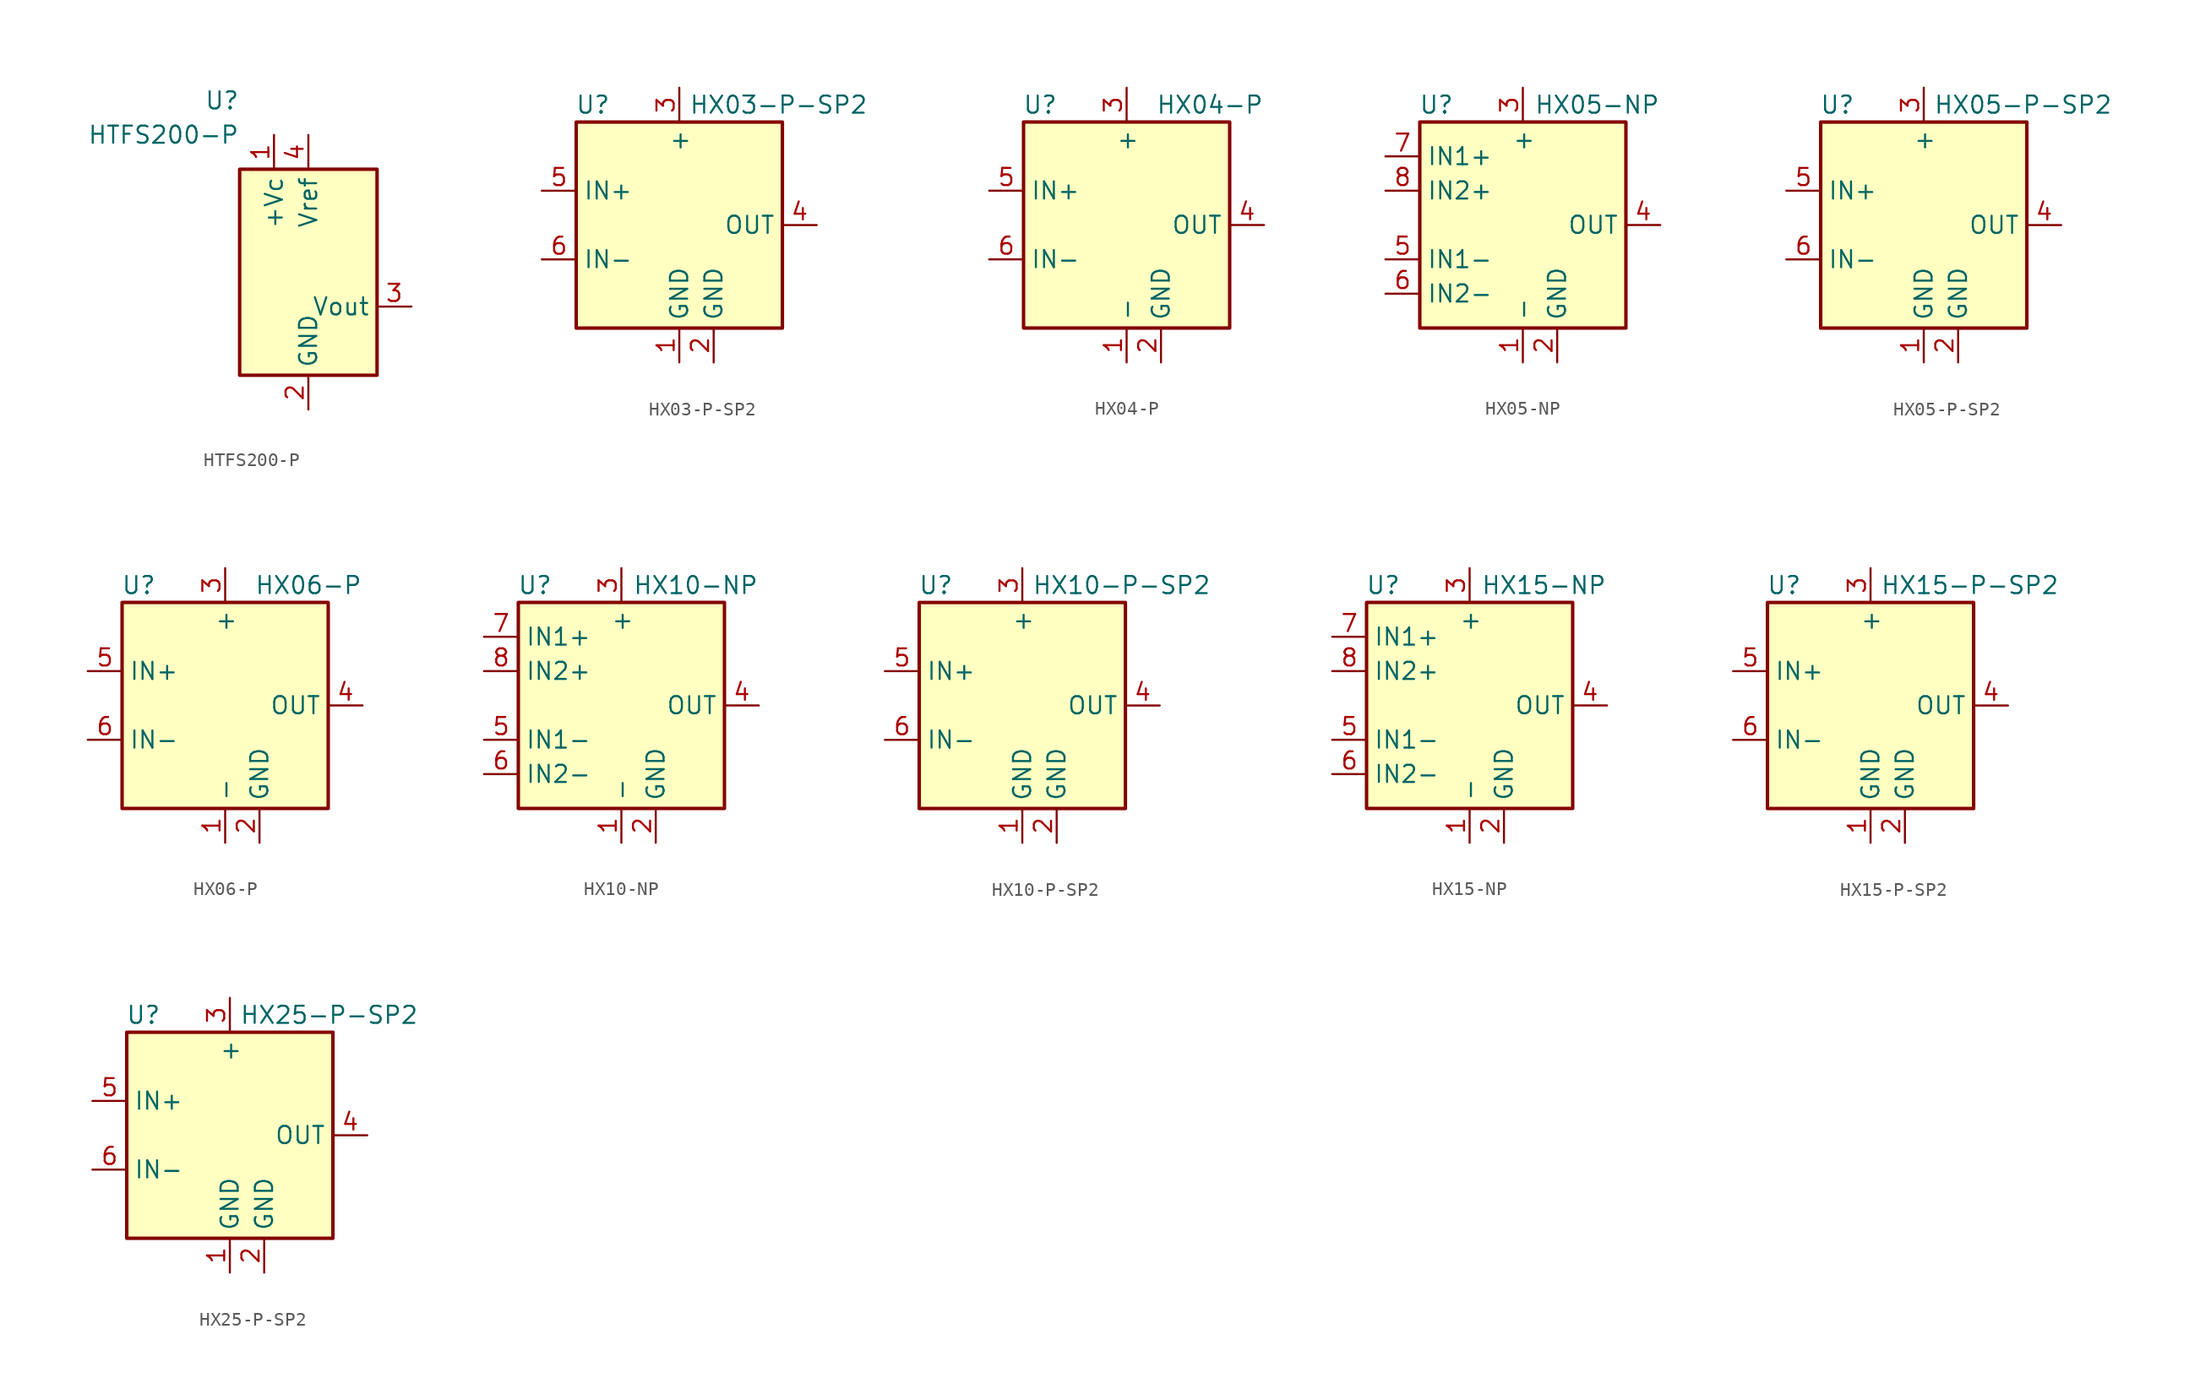
<source format=kicad_sym>
(kicad_symbol_lib
  (version 20201005)
  (generator kicad_symbol_editor)
  (symbol "Sensor_Current:HTFS200-P"
    (property "Reference" "U"
      (at 0 12.7 0)
      (effects (font (size 1.27 1.27)) (justify right)))
    (property "Value" "HTFS200-P"
      (at 0 10.16 0)
      (effects (font (size 1.27 1.27)) (justify right)))
    (symbol "HTFS200-P_0_1"
      (rectangle (start 0 7.62) (end 10.16 -7.62) (stroke (width 0.254)) (fill (type background))))
    (symbol "HTFS200-P_1_1"
      (pin power_in line (at 2.54 10.16 270) (length 2.54) (name "+Vc" (effects (font (size 1.27 1.27)))) (number "1" (effects (font (size 1.27 1.27)))))
      (pin power_in line (at 5.08 -10.16 90) (length 2.54) (name "GND" (effects (font (size 1.27 1.27)))) (number "2" (effects (font (size 1.27 1.27)))))
      (pin output line (at 12.7 -2.54 180) (length 2.54) (name "Vout" (effects (font (size 1.27 1.27)))) (number "3" (effects (font (size 1.27 1.27)))))
      (pin passive line (at 5.08 10.16 270) (length 2.54) (name "Vref" (effects (font (size 1.27 1.27)))) (number "4" (effects (font (size 1.27 1.27)))))))
  (symbol "Sensor_Current:HX03-P-SP2"
    (property "Reference" "U"
      (at -5.08 8.89 0)
      (effects (font (size 1.27 1.27)) (justify right)))
    (property "Value" "HX03-P-SP2"
      (at 13.97 8.89 0)
      (effects (font (size 1.27 1.27)) (justify right)))
    (symbol "HX03-P-SP2_0_1"
      (rectangle (start -7.62 7.62) (end 7.62 -7.62) (stroke (width 0.254)) (fill (type background))))
    (symbol "HX03-P-SP2_1_1"
      (pin power_in line (at 0 -10.16 90) (length 2.54) (name "GND" (effects (font (size 1.27 1.27)))) (number "1" (effects (font (size 1.27 1.27)))))
      (pin power_in line (at 2.54 -10.16 90) (length 2.54) (name "GND" (effects (font (size 1.27 1.27)))) (number "2" (effects (font (size 1.27 1.27)))))
      (pin power_in line (at 0 10.16 270) (length 2.54) (name "+" (effects (font (size 1.27 1.27)))) (number "3" (effects (font (size 1.27 1.27)))))
      (pin output line (at 10.16 0 180) (length 2.54) (name "OUT" (effects (font (size 1.27 1.27)))) (number "4" (effects (font (size 1.27 1.27)))))
      (pin passive line (at -10.16 2.54 0) (length 2.54) (name "IN+" (effects (font (size 1.27 1.27)))) (number "5" (effects (font (size 1.27 1.27)))))
      (pin passive line (at -10.16 -2.54 0) (length 2.54) (name "IN-" (effects (font (size 1.27 1.27)))) (number "6" (effects (font (size 1.27 1.27)))))))
  (symbol "Sensor_Current:HX04-P"
    (property "Reference" "U"
      (at -5.08 8.89 0)
      (effects (font (size 1.27 1.27)) (justify right)))
    (property "Value" "HX04-P"
      (at 10.16 8.89 0)
      (effects (font (size 1.27 1.27)) (justify right)))
    (symbol "HX04-P_0_1"
      (rectangle (start -7.62 7.62) (end 7.62 -7.62) (stroke (width 0.254)) (fill (type background))))
    (symbol "HX04-P_1_1"
      (pin power_in line (at 0 -10.16 90) (length 2.54) (name "-" (effects (font (size 1.27 1.27)))) (number "1" (effects (font (size 1.27 1.27)))))
      (pin power_in line (at 2.54 -10.16 90) (length 2.54) (name "GND" (effects (font (size 1.27 1.27)))) (number "2" (effects (font (size 1.27 1.27)))))
      (pin power_in line (at 0 10.16 270) (length 2.54) (name "+" (effects (font (size 1.27 1.27)))) (number "3" (effects (font (size 1.27 1.27)))))
      (pin output line (at 10.16 0 180) (length 2.54) (name "OUT" (effects (font (size 1.27 1.27)))) (number "4" (effects (font (size 1.27 1.27)))))
      (pin passive line (at -10.16 2.54 0) (length 2.54) (name "IN+" (effects (font (size 1.27 1.27)))) (number "5" (effects (font (size 1.27 1.27)))))
      (pin passive line (at -10.16 -2.54 0) (length 2.54) (name "IN-" (effects (font (size 1.27 1.27)))) (number "6" (effects (font (size 1.27 1.27)))))))
  (symbol "Sensor_Current:HX05-NP"
    (property "Reference" "U"
      (at -5.08 8.89 0)
      (effects (font (size 1.27 1.27)) (justify right)))
    (property "Value" "HX05-NP"
      (at 10.16 8.89 0)
      (effects (font (size 1.27 1.27)) (justify right)))
    (symbol "HX05-NP_0_1"
      (rectangle (start -7.62 7.62) (end 7.62 -7.62) (stroke (width 0.254)) (fill (type background))))
    (symbol "HX05-NP_1_1"
      (pin power_in line (at 0 -10.16 90) (length 2.54) (name "-" (effects (font (size 1.27 1.27)))) (number "1" (effects (font (size 1.27 1.27)))))
      (pin power_in line (at 2.54 -10.16 90) (length 2.54) (name "GND" (effects (font (size 1.27 1.27)))) (number "2" (effects (font (size 1.27 1.27)))))
      (pin power_in line (at 0 10.16 270) (length 2.54) (name "+" (effects (font (size 1.27 1.27)))) (number "3" (effects (font (size 1.27 1.27)))))
      (pin output line (at 10.16 0 180) (length 2.54) (name "OUT" (effects (font (size 1.27 1.27)))) (number "4" (effects (font (size 1.27 1.27)))))
      (pin passive line (at -10.16 -2.54 0) (length 2.54) (name "IN1-" (effects (font (size 1.27 1.27)))) (number "5" (effects (font (size 1.27 1.27)))))
      (pin passive line (at -10.16 -5.08 0) (length 2.54) (name "IN2-" (effects (font (size 1.27 1.27)))) (number "6" (effects (font (size 1.27 1.27)))))
      (pin passive line (at -10.16 5.08 0) (length 2.54) (name "IN1+" (effects (font (size 1.27 1.27)))) (number "7" (effects (font (size 1.27 1.27)))))
      (pin passive line (at -10.16 2.54 0) (length 2.54) (name "IN2+" (effects (font (size 1.27 1.27)))) (number "8" (effects (font (size 1.27 1.27)))))))
  (symbol "Sensor_Current:HX05-P-SP2"
    (property "Reference" "U"
      (at -5.08 8.89 0)
      (effects (font (size 1.27 1.27)) (justify right)))
    (property "Value" "HX05-P-SP2"
      (at 13.97 8.89 0)
      (effects (font (size 1.27 1.27)) (justify right)))
    (symbol "HX05-P-SP2_0_1"
      (rectangle (start -7.62 7.62) (end 7.62 -7.62) (stroke (width 0.254)) (fill (type background))))
    (symbol "HX05-P-SP2_1_1"
      (pin power_in line (at 0 -10.16 90) (length 2.54) (name "GND" (effects (font (size 1.27 1.27)))) (number "1" (effects (font (size 1.27 1.27)))))
      (pin power_in line (at 2.54 -10.16 90) (length 2.54) (name "GND" (effects (font (size 1.27 1.27)))) (number "2" (effects (font (size 1.27 1.27)))))
      (pin power_in line (at 0 10.16 270) (length 2.54) (name "+" (effects (font (size 1.27 1.27)))) (number "3" (effects (font (size 1.27 1.27)))))
      (pin output line (at 10.16 0 180) (length 2.54) (name "OUT" (effects (font (size 1.27 1.27)))) (number "4" (effects (font (size 1.27 1.27)))))
      (pin passive line (at -10.16 2.54 0) (length 2.54) (name "IN+" (effects (font (size 1.27 1.27)))) (number "5" (effects (font (size 1.27 1.27)))))
      (pin passive line (at -10.16 -2.54 0) (length 2.54) (name "IN-" (effects (font (size 1.27 1.27)))) (number "6" (effects (font (size 1.27 1.27)))))))
  (symbol "Sensor_Current:HX06-P"
    (property "Reference" "U"
      (at -5.08 8.89 0)
      (effects (font (size 1.27 1.27)) (justify right)))
    (property "Value" "HX06-P"
      (at 10.16 8.89 0)
      (effects (font (size 1.27 1.27)) (justify right)))
    (symbol "HX06-P_0_1"
      (rectangle (start -7.62 7.62) (end 7.62 -7.62) (stroke (width 0.254)) (fill (type background))))
    (symbol "HX06-P_1_1"
      (pin power_in line (at 0 -10.16 90) (length 2.54) (name "-" (effects (font (size 1.27 1.27)))) (number "1" (effects (font (size 1.27 1.27)))))
      (pin power_in line (at 2.54 -10.16 90) (length 2.54) (name "GND" (effects (font (size 1.27 1.27)))) (number "2" (effects (font (size 1.27 1.27)))))
      (pin power_in line (at 0 10.16 270) (length 2.54) (name "+" (effects (font (size 1.27 1.27)))) (number "3" (effects (font (size 1.27 1.27)))))
      (pin output line (at 10.16 0 180) (length 2.54) (name "OUT" (effects (font (size 1.27 1.27)))) (number "4" (effects (font (size 1.27 1.27)))))
      (pin passive line (at -10.16 2.54 0) (length 2.54) (name "IN+" (effects (font (size 1.27 1.27)))) (number "5" (effects (font (size 1.27 1.27)))))
      (pin passive line (at -10.16 -2.54 0) (length 2.54) (name "IN-" (effects (font (size 1.27 1.27)))) (number "6" (effects (font (size 1.27 1.27)))))))
  (symbol "Sensor_Current:HX10-NP"
    (property "Reference" "U"
      (at -5.08 8.89 0)
      (effects (font (size 1.27 1.27)) (justify right)))
    (property "Value" "HX10-NP"
      (at 10.16 8.89 0)
      (effects (font (size 1.27 1.27)) (justify right)))
    (symbol "HX10-NP_0_1"
      (rectangle (start -7.62 7.62) (end 7.62 -7.62) (stroke (width 0.254)) (fill (type background))))
    (symbol "HX10-NP_1_1"
      (pin power_in line (at 0 -10.16 90) (length 2.54) (name "-" (effects (font (size 1.27 1.27)))) (number "1" (effects (font (size 1.27 1.27)))))
      (pin power_in line (at 2.54 -10.16 90) (length 2.54) (name "GND" (effects (font (size 1.27 1.27)))) (number "2" (effects (font (size 1.27 1.27)))))
      (pin power_in line (at 0 10.16 270) (length 2.54) (name "+" (effects (font (size 1.27 1.27)))) (number "3" (effects (font (size 1.27 1.27)))))
      (pin output line (at 10.16 0 180) (length 2.54) (name "OUT" (effects (font (size 1.27 1.27)))) (number "4" (effects (font (size 1.27 1.27)))))
      (pin passive line (at -10.16 -2.54 0) (length 2.54) (name "IN1-" (effects (font (size 1.27 1.27)))) (number "5" (effects (font (size 1.27 1.27)))))
      (pin passive line (at -10.16 -5.08 0) (length 2.54) (name "IN2-" (effects (font (size 1.27 1.27)))) (number "6" (effects (font (size 1.27 1.27)))))
      (pin passive line (at -10.16 5.08 0) (length 2.54) (name "IN1+" (effects (font (size 1.27 1.27)))) (number "7" (effects (font (size 1.27 1.27)))))
      (pin passive line (at -10.16 2.54 0) (length 2.54) (name "IN2+" (effects (font (size 1.27 1.27)))) (number "8" (effects (font (size 1.27 1.27)))))))
  (symbol "Sensor_Current:HX10-P-SP2"
    (property "Reference" "U"
      (at -5.08 8.89 0)
      (effects (font (size 1.27 1.27)) (justify right)))
    (property "Value" "HX10-P-SP2"
      (at 13.97 8.89 0)
      (effects (font (size 1.27 1.27)) (justify right)))
    (symbol "HX10-P-SP2_0_1"
      (rectangle (start -7.62 7.62) (end 7.62 -7.62) (stroke (width 0.254)) (fill (type background))))
    (symbol "HX10-P-SP2_1_1"
      (pin power_in line (at 0 -10.16 90) (length 2.54) (name "GND" (effects (font (size 1.27 1.27)))) (number "1" (effects (font (size 1.27 1.27)))))
      (pin power_in line (at 2.54 -10.16 90) (length 2.54) (name "GND" (effects (font (size 1.27 1.27)))) (number "2" (effects (font (size 1.27 1.27)))))
      (pin power_in line (at 0 10.16 270) (length 2.54) (name "+" (effects (font (size 1.27 1.27)))) (number "3" (effects (font (size 1.27 1.27)))))
      (pin output line (at 10.16 0 180) (length 2.54) (name "OUT" (effects (font (size 1.27 1.27)))) (number "4" (effects (font (size 1.27 1.27)))))
      (pin passive line (at -10.16 2.54 0) (length 2.54) (name "IN+" (effects (font (size 1.27 1.27)))) (number "5" (effects (font (size 1.27 1.27)))))
      (pin passive line (at -10.16 -2.54 0) (length 2.54) (name "IN-" (effects (font (size 1.27 1.27)))) (number "6" (effects (font (size 1.27 1.27)))))))
  (symbol "Sensor_Current:HX15-NP"
    (property "Reference" "U"
      (at -5.08 8.89 0)
      (effects (font (size 1.27 1.27)) (justify right)))
    (property "Value" "HX15-NP"
      (at 10.16 8.89 0)
      (effects (font (size 1.27 1.27)) (justify right)))
    (symbol "HX15-NP_0_1"
      (rectangle (start -7.62 7.62) (end 7.62 -7.62) (stroke (width 0.254)) (fill (type background))))
    (symbol "HX15-NP_1_1"
      (pin power_in line (at 0 -10.16 90) (length 2.54) (name "-" (effects (font (size 1.27 1.27)))) (number "1" (effects (font (size 1.27 1.27)))))
      (pin power_in line (at 2.54 -10.16 90) (length 2.54) (name "GND" (effects (font (size 1.27 1.27)))) (number "2" (effects (font (size 1.27 1.27)))))
      (pin power_in line (at 0 10.16 270) (length 2.54) (name "+" (effects (font (size 1.27 1.27)))) (number "3" (effects (font (size 1.27 1.27)))))
      (pin output line (at 10.16 0 180) (length 2.54) (name "OUT" (effects (font (size 1.27 1.27)))) (number "4" (effects (font (size 1.27 1.27)))))
      (pin passive line (at -10.16 -2.54 0) (length 2.54) (name "IN1-" (effects (font (size 1.27 1.27)))) (number "5" (effects (font (size 1.27 1.27)))))
      (pin passive line (at -10.16 -5.08 0) (length 2.54) (name "IN2-" (effects (font (size 1.27 1.27)))) (number "6" (effects (font (size 1.27 1.27)))))
      (pin passive line (at -10.16 5.08 0) (length 2.54) (name "IN1+" (effects (font (size 1.27 1.27)))) (number "7" (effects (font (size 1.27 1.27)))))
      (pin passive line (at -10.16 2.54 0) (length 2.54) (name "IN2+" (effects (font (size 1.27 1.27)))) (number "8" (effects (font (size 1.27 1.27)))))))
  (symbol "Sensor_Current:HX15-P-SP2"
    (property "Reference" "U"
      (at -5.08 8.89 0)
      (effects (font (size 1.27 1.27)) (justify right)))
    (property "Value" "HX15-P-SP2"
      (at 13.97 8.89 0)
      (effects (font (size 1.27 1.27)) (justify right)))
    (symbol "HX15-P-SP2_0_1"
      (rectangle (start -7.62 7.62) (end 7.62 -7.62) (stroke (width 0.254)) (fill (type background))))
    (symbol "HX15-P-SP2_1_1"
      (pin power_in line (at 0 -10.16 90) (length 2.54) (name "GND" (effects (font (size 1.27 1.27)))) (number "1" (effects (font (size 1.27 1.27)))))
      (pin power_in line (at 2.54 -10.16 90) (length 2.54) (name "GND" (effects (font (size 1.27 1.27)))) (number "2" (effects (font (size 1.27 1.27)))))
      (pin power_in line (at 0 10.16 270) (length 2.54) (name "+" (effects (font (size 1.27 1.27)))) (number "3" (effects (font (size 1.27 1.27)))))
      (pin output line (at 10.16 0 180) (length 2.54) (name "OUT" (effects (font (size 1.27 1.27)))) (number "4" (effects (font (size 1.27 1.27)))))
      (pin passive line (at -10.16 2.54 0) (length 2.54) (name "IN+" (effects (font (size 1.27 1.27)))) (number "5" (effects (font (size 1.27 1.27)))))
      (pin passive line (at -10.16 -2.54 0) (length 2.54) (name "IN-" (effects (font (size 1.27 1.27)))) (number "6" (effects (font (size 1.27 1.27)))))))
  (symbol "Sensor_Current:HX25-P-SP2"
    (property "Reference" "U"
      (at -5.08 8.89 0)
      (effects (font (size 1.27 1.27)) (justify right)))
    (property "Value" "HX25-P-SP2"
      (at 13.97 8.89 0)
      (effects (font (size 1.27 1.27)) (justify right)))
    (symbol "HX25-P-SP2_0_1"
      (rectangle (start -7.62 7.62) (end 7.62 -7.62) (stroke (width 0.254)) (fill (type background))))
    (symbol "HX25-P-SP2_1_1"
      (pin power_in line (at 0 -10.16 90) (length 2.54) (name "GND" (effects (font (size 1.27 1.27)))) (number "1" (effects (font (size 1.27 1.27)))))
      (pin power_in line (at 2.54 -10.16 90) (length 2.54) (name "GND" (effects (font (size 1.27 1.27)))) (number "2" (effects (font (size 1.27 1.27)))))
      (pin power_in line (at 0 10.16 270) (length 2.54) (name "+" (effects (font (size 1.27 1.27)))) (number "3" (effects (font (size 1.27 1.27)))))
      (pin output line (at 10.16 0 180) (length 2.54) (name "OUT" (effects (font (size 1.27 1.27)))) (number "4" (effects (font (size 1.27 1.27)))))
      (pin passive line (at -10.16 2.54 0) (length 2.54) (name "IN+" (effects (font (size 1.27 1.27)))) (number "5" (effects (font (size 1.27 1.27)))))
      (pin passive line (at -10.16 -2.54 0) (length 2.54) (name "IN-" (effects (font (size 1.27 1.27)))) (number "6" (effects (font (size 1.27 1.27))))))))
</source>
